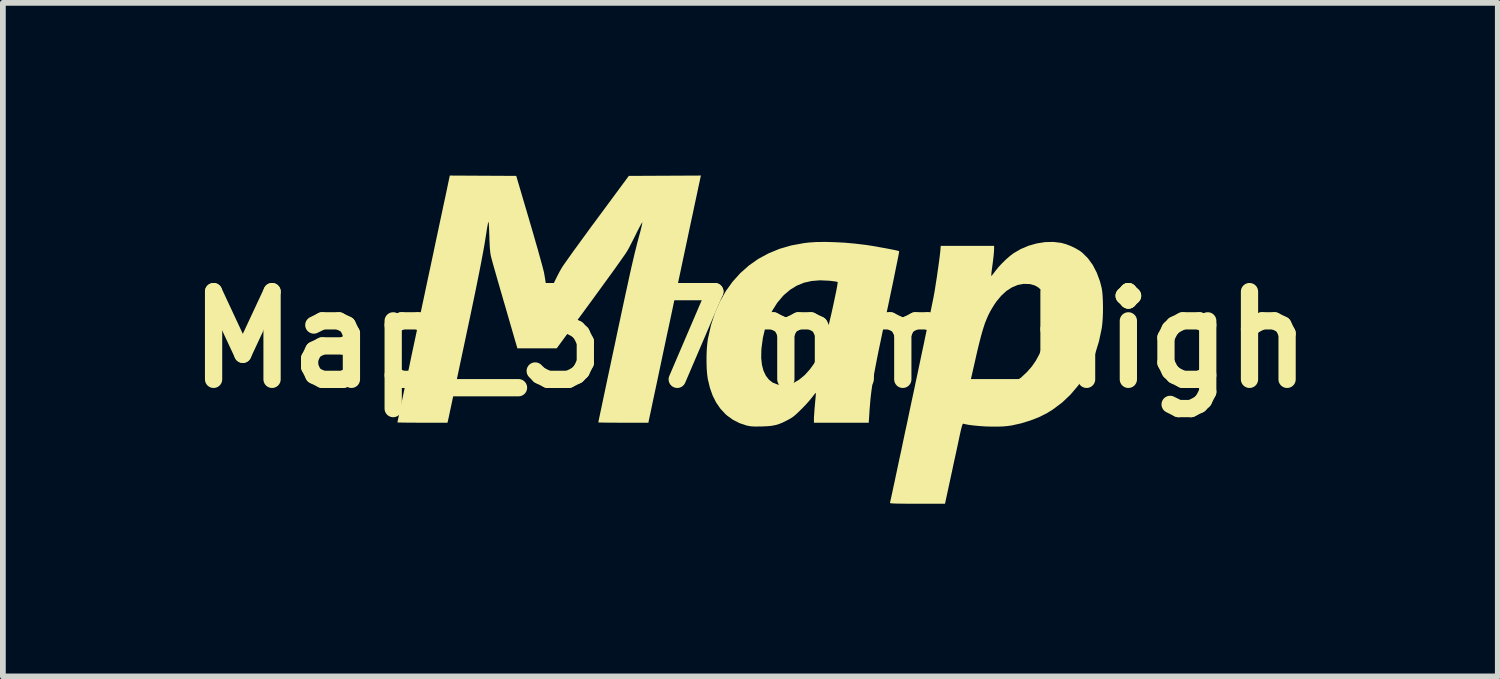
<source format=kicad_pcb>
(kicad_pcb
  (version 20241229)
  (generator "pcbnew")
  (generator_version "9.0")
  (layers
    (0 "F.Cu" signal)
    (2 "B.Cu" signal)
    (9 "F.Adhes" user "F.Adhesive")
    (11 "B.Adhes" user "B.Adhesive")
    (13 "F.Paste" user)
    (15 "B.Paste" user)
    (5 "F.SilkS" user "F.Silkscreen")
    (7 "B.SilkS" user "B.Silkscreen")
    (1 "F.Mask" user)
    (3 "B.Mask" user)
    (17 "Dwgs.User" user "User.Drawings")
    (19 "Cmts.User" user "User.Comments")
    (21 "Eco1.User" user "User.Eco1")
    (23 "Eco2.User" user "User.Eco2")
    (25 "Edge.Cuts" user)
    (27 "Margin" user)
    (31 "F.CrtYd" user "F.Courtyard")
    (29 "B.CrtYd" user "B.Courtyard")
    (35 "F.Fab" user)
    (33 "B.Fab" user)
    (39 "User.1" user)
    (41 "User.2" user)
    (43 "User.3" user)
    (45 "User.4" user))
  (footprint "Map_5.7mm_high"
    (layer "F.Cu")
    (at 9.986 2.851)
    (property "Reference" "Map_5.7mm_high" (at 0 0 0) (layer "F.SilkS") (effects (font (size 1.524 1.524) (thickness 0.3))))
    (attr board_only exclude_from_pos_files exclude_from_bom)
    (fp_poly (pts (xy 1.459 -1.694) (xy 1.634 -1.685) (xy 1.815 -1.669) (xy 1.998 -1.647) (xy 2.001 -1.647) (xy 2.054 -1.639) (xy 2.118 -1.629) (xy 2.189 -1.617) (xy 2.264 -1.603) (xy 2.338 -1.59) (xy 2.41 -1.576) (xy 2.473 -1.564) (xy 2.526 -1.553) (xy 2.564 -1.544) (xy 2.584 -1.538) (xy 2.585 -1.537) (xy 2.584 -1.525) (xy 2.579 -1.492) (xy 2.569 -1.439) (xy 2.555 -1.368) (xy 2.537 -1.281) (xy 2.516 -1.179) (xy 2.493 -1.064) (xy 2.467 -0.938) (xy 2.438 -0.802) (xy 2.408 -0.657) (xy 2.376 -0.506) (xy 2.373 -0.494) (xy 2.33 -0.29) (xy 2.291 -0.107) (xy 2.257 0.057) (xy 2.226 0.204) (xy 2.2 0.335) (xy 2.177 0.453) (xy 2.157 0.56) (xy 2.14 0.656) (xy 2.125 0.745) (xy 2.113 0.827) (xy 2.102 0.905) (xy 2.093 0.981) (xy 2.085 1.056) (xy 2.079 1.132) (xy 2.072 1.211) (xy 2.067 1.295) (xy 2.065 1.324) (xy 2.057 1.443) (xy 1.105 1.443) (xy 1.105 1.375) (xy 1.106 1.34) (xy 1.11 1.287) (xy 1.114 1.223) (xy 1.12 1.154) (xy 1.123 1.118) (xy 1.129 1.054) (xy 1.134 0.999) (xy 1.137 0.956) (xy 1.138 0.93) (xy 1.137 0.924) (xy 1.129 0.931) (xy 1.111 0.952) (xy 1.086 0.985) (xy 1.076 0.998) (xy 1.047 1.034) (xy 1.006 1.082) (xy 0.958 1.135) (xy 0.906 1.189) (xy 0.885 1.21) (xy 0.829 1.265) (xy 0.783 1.307) (xy 0.744 1.339) (xy 0.705 1.365) (xy 0.663 1.389) (xy 0.646 1.398) (xy 0.568 1.437) (xy 0.501 1.465) (xy 0.437 1.484) (xy 0.37 1.497) (xy 0.294 1.504) (xy 0.202 1.508) (xy 0.198 1.508) (xy 0.122 1.509) (xy 0.064 1.509) (xy 0.018 1.506) (xy -0.023 1.5) (xy -0.063 1.492) (xy -0.074 1.489) (xy -0.189 1.45) (xy -0.3 1.393) (xy -0.4 1.322) (xy -0.433 1.293) (xy -0.521 1.198) (xy -0.594 1.092) (xy -0.654 0.973) (xy -0.702 0.838) (xy -0.739 0.684) (xy -0.741 0.672) (xy -0.751 0.595) (xy -0.758 0.501) (xy -0.761 0.396) (xy -0.761 0.32) (xy 0.189 0.32) (xy 0.202 0.439) (xy 0.229 0.541) (xy 0.27 0.627) (xy 0.323 0.695) (xy 0.388 0.746) (xy 0.465 0.777) (xy 0.552 0.79) (xy 0.65 0.781) (xy 0.666 0.778) (xy 0.758 0.748) (xy 0.85 0.694) (xy 0.942 0.618) (xy 0.955 0.605) (xy 1.033 0.518) (xy 1.103 0.422) (xy 1.166 0.314) (xy 1.223 0.19) (xy 1.275 0.049) (xy 1.325 -0.113) (xy 1.331 -0.135) (xy 1.347 -0.198) (xy 1.366 -0.272) (xy 1.385 -0.354) (xy 1.406 -0.442) (xy 1.426 -0.532) (xy 1.446 -0.622) (xy 1.464 -0.709) (xy 1.481 -0.79) (xy 1.496 -0.862) (xy 1.507 -0.922) (xy 1.514 -0.967) (xy 1.518 -0.994) (xy 1.517 -1.001) (xy 1.502 -1.006) (xy 1.469 -1.012) (xy 1.422 -1.018) (xy 1.369 -1.024) (xy 1.21 -1.031) (xy 1.065 -1.019) (xy 0.931 -0.989) (xy 0.807 -0.938) (xy 0.693 -0.868) (xy 0.586 -0.778) (xy 0.563 -0.754) (xy 0.467 -0.64) (xy 0.384 -0.508) (xy 0.314 -0.361) (xy 0.258 -0.201) (xy 0.218 -0.031) (xy 0.194 0.147) (xy 0.191 0.187) (xy 0.189 0.32) (xy -0.761 0.32) (xy -0.761 0.286) (xy -0.757 0.178) (xy -0.749 0.077) (xy -0.738 -0.01) (xy -0.735 -0.023) (xy -0.684 -0.25) (xy -0.615 -0.463) (xy -0.529 -0.66) (xy -0.427 -0.842) (xy -0.308 -1.007) (xy -0.174 -1.156) (xy -0.025 -1.288) (xy 0.138 -1.403) (xy 0.316 -1.499) (xy 0.508 -1.578) (xy 0.712 -1.637) (xy 0.929 -1.677) (xy 1.011 -1.687) (xy 1.143 -1.696) (xy 1.294 -1.698)) (stroke (width 0) (type solid)) (fill yes) (layer "F.SilkS"))
    (fp_poly (pts (xy 5.399 -1.682) (xy 5.483 -1.659) (xy 5.571 -1.625) (xy 5.657 -1.583) (xy 5.732 -1.538) (xy 5.767 -1.511) (xy 5.865 -1.414) (xy 5.949 -1.298) (xy 6.018 -1.165) (xy 6.074 -1.014) (xy 6.105 -0.894) (xy 6.114 -0.833) (xy 6.121 -0.754) (xy 6.125 -0.663) (xy 6.127 -0.564) (xy 6.126 -0.463) (xy 6.122 -0.366) (xy 6.115 -0.277) (xy 6.106 -0.202) (xy 6.105 -0.197) (xy 6.057 0.029) (xy 5.992 0.242) (xy 5.909 0.442) (xy 5.81 0.627) (xy 5.695 0.798) (xy 5.564 0.953) (xy 5.419 1.091) (xy 5.259 1.211) (xy 5.16 1.273) (xy 5.02 1.344) (xy 4.864 1.405) (xy 4.701 1.455) (xy 4.538 1.491) (xy 4.465 1.501) (xy 4.387 1.508) (xy 4.295 1.511) (xy 4.194 1.511) (xy 4.089 1.508) (xy 3.985 1.501) (xy 3.887 1.492) (xy 3.8 1.481) (xy 3.729 1.468) (xy 3.7 1.46) (xy 3.693 1.462) (xy 3.686 1.475) (xy 3.677 1.5) (xy 3.666 1.54) (xy 3.652 1.598) (xy 3.635 1.676) (xy 3.632 1.69) (xy 3.618 1.757) (xy 3.6 1.841) (xy 3.579 1.94) (xy 3.555 2.049) (xy 3.53 2.163) (xy 3.506 2.278) (xy 3.482 2.388) (xy 3.382 2.851) (xy 2.901 2.851) (xy 2.779 2.851) (xy 2.677 2.85) (xy 2.596 2.849) (xy 2.533 2.848) (xy 2.486 2.846) (xy 2.454 2.844) (xy 2.434 2.841) (xy 2.426 2.838) (xy 2.426 2.836) (xy 2.429 2.822) (xy 2.437 2.787) (xy 2.449 2.732) (xy 2.465 2.659) (xy 2.484 2.569) (xy 2.507 2.464) (xy 2.532 2.345) (xy 2.56 2.213) (xy 2.59 2.071) (xy 2.623 1.92) (xy 2.656 1.761) (xy 2.691 1.595) (xy 2.728 1.425) (xy 2.764 1.252) (xy 2.801 1.077) (xy 2.839 0.901) (xy 2.864 0.781) (xy 3.81 0.781) (xy 3.811 0.79) (xy 3.824 0.798) (xy 3.849 0.806) (xy 3.889 0.815) (xy 3.947 0.826) (xy 4.025 0.838) (xy 4.049 0.842) (xy 4.107 0.847) (xy 4.178 0.847) (xy 4.252 0.844) (xy 4.32 0.837) (xy 4.343 0.833) (xy 4.467 0.797) (xy 4.587 0.739) (xy 4.703 0.659) (xy 4.806 0.563) (xy 4.89 0.467) (xy 4.96 0.366) (xy 5.02 0.255) (xy 5.073 0.128) (xy 5.088 0.086) (xy 5.119 -0.007) (xy 5.141 -0.089) (xy 5.157 -0.168) (xy 5.166 -0.25) (xy 5.17 -0.342) (xy 5.172 -0.425) (xy 5.17 -0.527) (xy 5.165 -0.61) (xy 5.155 -0.677) (xy 5.139 -0.733) (xy 5.116 -0.781) (xy 5.086 -0.825) (xy 5.066 -0.849) (xy 5.006 -0.905) (xy 4.942 -0.942) (xy 4.868 -0.963) (xy 4.85 -0.966) (xy 4.747 -0.969) (xy 4.645 -0.95) (xy 4.545 -0.908) (xy 4.449 -0.846) (xy 4.359 -0.763) (xy 4.274 -0.661) (xy 4.242 -0.614) (xy 4.202 -0.55) (xy 4.166 -0.488) (xy 4.134 -0.424) (xy 4.104 -0.356) (xy 4.075 -0.283) (xy 4.048 -0.2) (xy 4.02 -0.106) (xy 3.991 0.003) (xy 3.96 0.127) (xy 3.926 0.272) (xy 3.91 0.344) (xy 3.888 0.44) (xy 3.868 0.529) (xy 3.85 0.609) (xy 3.834 0.677) (xy 3.822 0.73) (xy 3.813 0.765) (xy 3.81 0.781) (xy 3.81 0.781) (xy 2.864 0.781) (xy 2.875 0.727) (xy 2.912 0.556) (xy 2.947 0.389) (xy 2.981 0.227) (xy 3.014 0.073) (xy 3.044 -0.073) (xy 3.073 -0.208) (xy 3.099 -0.331) (xy 3.122 -0.441) (xy 3.142 -0.537) (xy 3.158 -0.616) (xy 3.171 -0.678) (xy 3.179 -0.72) (xy 3.183 -0.739) (xy 3.196 -0.809) (xy 3.21 -0.892) (xy 3.224 -0.985) (xy 3.24 -1.084) (xy 3.254 -1.184) (xy 3.268 -1.28) (xy 3.28 -1.369) (xy 3.29 -1.446) (xy 3.297 -1.506) (xy 3.3 -1.533) (xy 3.308 -1.629) (xy 4.235 -1.629) (xy 4.235 -1.58) (xy 4.233 -1.532) (xy 4.227 -1.463) (xy 4.217 -1.375) (xy 4.203 -1.27) (xy 4.196 -1.219) (xy 4.19 -1.171) (xy 4.187 -1.133) (xy 4.186 -1.111) (xy 4.188 -1.106) (xy 4.197 -1.115) (xy 4.216 -1.139) (xy 4.242 -1.173) (xy 4.253 -1.188) (xy 4.305 -1.253) (xy 4.37 -1.324) (xy 4.441 -1.393) (xy 4.512 -1.455) (xy 4.571 -1.5) (xy 4.698 -1.574) (xy 4.835 -1.632) (xy 4.977 -1.672) (xy 5.122 -1.695) (xy 5.264 -1.698)) (stroke (width 0) (type solid)) (fill yes) (layer "F.SilkS"))
    (fp_poly (pts (xy -4.067 -2.845) (xy -3.838 -2.068) (xy -3.799 -1.935) (xy -3.761 -1.805) (xy -3.726 -1.681) (xy -3.692 -1.565) (xy -3.663 -1.459) (xy -3.637 -1.365) (xy -3.615 -1.286) (xy -3.599 -1.224) (xy -3.588 -1.181) (xy -3.585 -1.167) (xy -3.568 -1.072) (xy -3.554 -0.98) (xy -3.544 -0.896) (xy -3.538 -0.826) (xy -3.537 -0.792) (xy -3.535 -0.762) (xy -3.53 -0.75) (xy -3.527 -0.751) (xy -3.518 -0.765) (xy -3.503 -0.796) (xy -3.48 -0.841) (xy -3.454 -0.897) (xy -3.43 -0.949) (xy -3.396 -1.02) (xy -3.36 -1.093) (xy -3.324 -1.163) (xy -3.292 -1.221) (xy -3.278 -1.245) (xy -3.261 -1.272) (xy -3.231 -1.316) (xy -3.189 -1.375) (xy -3.137 -1.448) (xy -3.077 -1.533) (xy -3.008 -1.627) (xy -2.933 -1.731) (xy -2.852 -1.841) (xy -2.768 -1.957) (xy -2.68 -2.075) (xy -2.662 -2.1) (xy -2.111 -2.845) (xy -1.485 -2.848) (xy -0.858 -2.851) (xy -0.865 -2.825) (xy -0.868 -2.811) (xy -0.875 -2.776) (xy -0.887 -2.721) (xy -0.903 -2.647) (xy -0.922 -2.556) (xy -0.945 -2.449) (xy -0.971 -2.328) (xy -0.999 -2.194) (xy -1.031 -2.047) (xy -1.064 -1.891) (xy -1.099 -1.725) (xy -1.136 -1.552) (xy -1.174 -1.373) (xy -1.213 -1.188) (xy -1.253 -1.001) (xy -1.294 -0.811) (xy -1.334 -0.62) (xy -1.374 -0.43) (xy -1.414 -0.242) (xy -1.454 -0.058) (xy -1.492 0.122) (xy -1.529 0.296) (xy -1.564 0.462) (xy -1.597 0.619) (xy -1.628 0.766) (xy -1.657 0.901) (xy -1.683 1.023) (xy -1.706 1.131) (xy -1.725 1.223) (xy -1.741 1.298) (xy -1.753 1.354) (xy -1.761 1.39) (xy -1.764 1.405) (xy -1.771 1.443) (xy -2.206 1.443) (xy -2.304 1.443) (xy -2.395 1.442) (xy -2.475 1.442) (xy -2.542 1.441) (xy -2.594 1.44) (xy -2.628 1.439) (xy -2.641 1.437) (xy -2.641 1.437) (xy -2.639 1.425) (xy -2.632 1.392) (xy -2.621 1.339) (xy -2.606 1.267) (xy -2.587 1.179) (xy -2.565 1.074) (xy -2.54 0.955) (xy -2.512 0.823) (xy -2.482 0.68) (xy -2.449 0.527) (xy -2.415 0.365) (xy -2.379 0.196) (xy -2.356 0.09) (xy -2.31 -0.13) (xy -2.267 -0.33) (xy -2.229 -0.51) (xy -2.194 -0.672) (xy -2.163 -0.817) (xy -2.134 -0.947) (xy -2.109 -1.064) (xy -2.086 -1.169) (xy -2.065 -1.263) (xy -2.045 -1.348) (xy -2.027 -1.426) (xy -2.01 -1.498) (xy -1.993 -1.565) (xy -1.977 -1.63) (xy -1.961 -1.694) (xy -1.944 -1.757) (xy -1.926 -1.823) (xy -1.924 -1.83) (xy -1.907 -1.895) (xy -1.893 -1.952) (xy -1.883 -1.998) (xy -1.877 -2.028) (xy -1.876 -2.038) (xy -1.882 -2.032) (xy -1.897 -2.008) (xy -1.918 -1.969) (xy -1.945 -1.917) (xy -1.976 -1.857) (xy -1.982 -1.843) (xy -2.018 -1.771) (xy -2.054 -1.7) (xy -2.088 -1.634) (xy -2.117 -1.578) (xy -2.138 -1.542) (xy -2.153 -1.518) (xy -2.18 -1.477) (xy -2.22 -1.421) (xy -2.269 -1.351) (xy -2.328 -1.268) (xy -2.395 -1.174) (xy -2.47 -1.071) (xy -2.55 -0.961) (xy -2.635 -0.844) (xy -2.723 -0.723) (xy -2.777 -0.649) (xy -3.364 0.151) (xy -4.047 0.151) (xy -4.065 0.09) (xy -4.071 0.068) (xy -4.084 0.026) (xy -4.101 -0.034) (xy -4.123 -0.11) (xy -4.149 -0.2) (xy -4.179 -0.302) (xy -4.211 -0.413) (xy -4.245 -0.532) (xy -4.281 -0.655) (xy -4.282 -0.657) (xy -4.318 -0.782) (xy -4.353 -0.903) (xy -4.386 -1.017) (xy -4.416 -1.122) (xy -4.443 -1.217) (xy -4.466 -1.297) (xy -4.484 -1.363) (xy -4.497 -1.41) (xy -4.504 -1.437) (xy -4.513 -1.478) (xy -4.519 -1.525) (xy -4.525 -1.583) (xy -4.529 -1.654) (xy -4.533 -1.743) (xy -4.534 -1.789) (xy -4.537 -1.864) (xy -4.539 -1.93) (xy -4.542 -1.985) (xy -4.545 -2.024) (xy -4.548 -2.045) (xy -4.549 -2.048) (xy -4.554 -2.037) (xy -4.561 -2.008) (xy -4.569 -1.964) (xy -4.578 -1.911) (xy -4.578 -1.911) (xy -4.591 -1.827) (xy -4.605 -1.739) (xy -4.62 -1.646) (xy -4.638 -1.547) (xy -4.658 -1.44) (xy -4.68 -1.323) (xy -4.705 -1.195) (xy -4.733 -1.055) (xy -4.764 -0.9) (xy -4.799 -0.731) (xy -4.838 -0.544) (xy -4.881 -0.339) (xy -4.929 -0.114) (xy -4.974 0.099) (xy -5.01 0.269) (xy -5.045 0.433) (xy -5.078 0.59) (xy -5.11 0.737) (xy -5.139 0.874) (xy -5.166 0.999) (xy -5.189 1.11) (xy -5.21 1.206) (xy -5.227 1.287) (xy -5.24 1.349) (xy -5.25 1.392) (xy -5.255 1.414) (xy -5.255 1.417) (xy -5.262 1.443) (xy -5.697 1.443) (xy -5.795 1.443) (xy -5.885 1.442) (xy -5.965 1.442) (xy -6.032 1.441) (xy -6.084 1.44) (xy -6.118 1.439) (xy -6.132 1.438) (xy -6.132 1.438) (xy -6.129 1.426) (xy -6.122 1.393) (xy -6.111 1.339) (xy -6.096 1.266) (xy -6.076 1.174) (xy -6.053 1.065) (xy -6.027 0.941) (xy -5.997 0.801) (xy -5.965 0.648) (xy -5.929 0.482) (xy -5.892 0.304) (xy -5.852 0.116) (xy -5.81 -0.081) (xy -5.766 -0.287) (xy -5.721 -0.499) (xy -5.683 -0.677) (xy -5.637 -0.895) (xy -5.592 -1.107) (xy -5.548 -1.312) (xy -5.506 -1.509) (xy -5.467 -1.696) (xy -5.429 -1.873) (xy -5.394 -2.039) (xy -5.361 -2.192) (xy -5.332 -2.33) (xy -5.305 -2.454) (xy -5.282 -2.562) (xy -5.263 -2.653) (xy -5.248 -2.725) (xy -5.237 -2.777) (xy -5.23 -2.809) (xy -5.228 -2.819) (xy -5.221 -2.851)) (stroke (width 0) (type solid)) (fill yes) (layer "F.SilkS")))
  (gr_rect
    (start -3 -3)
    (end 22.972 8.702)
    (stroke (width 0.1) (type default))
    (fill no)
    (layer "Edge.Cuts")))
</source>
